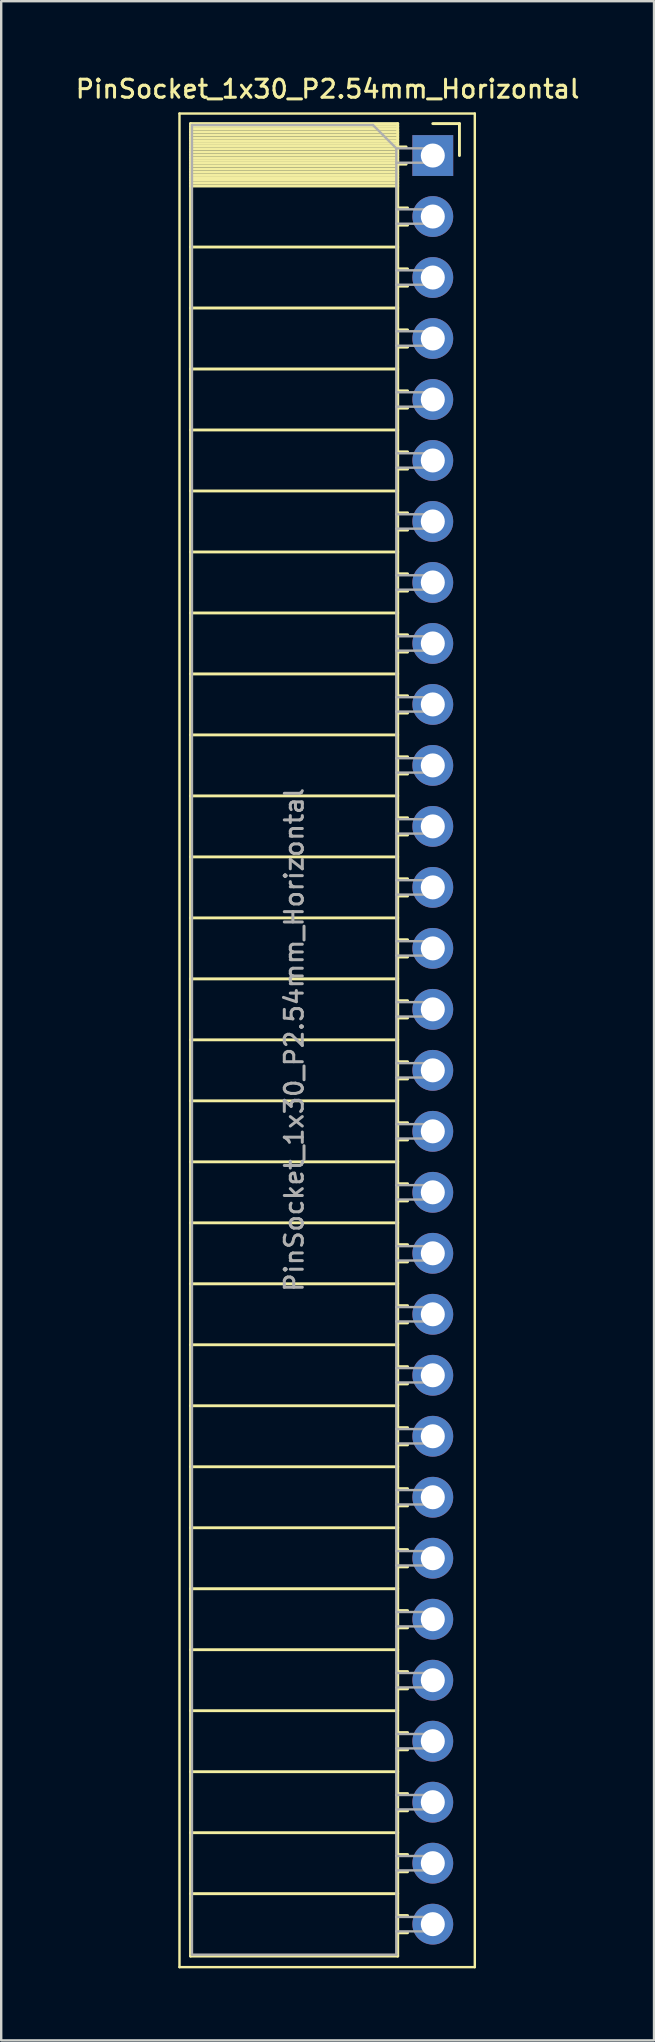
<source format=kicad_pcb>
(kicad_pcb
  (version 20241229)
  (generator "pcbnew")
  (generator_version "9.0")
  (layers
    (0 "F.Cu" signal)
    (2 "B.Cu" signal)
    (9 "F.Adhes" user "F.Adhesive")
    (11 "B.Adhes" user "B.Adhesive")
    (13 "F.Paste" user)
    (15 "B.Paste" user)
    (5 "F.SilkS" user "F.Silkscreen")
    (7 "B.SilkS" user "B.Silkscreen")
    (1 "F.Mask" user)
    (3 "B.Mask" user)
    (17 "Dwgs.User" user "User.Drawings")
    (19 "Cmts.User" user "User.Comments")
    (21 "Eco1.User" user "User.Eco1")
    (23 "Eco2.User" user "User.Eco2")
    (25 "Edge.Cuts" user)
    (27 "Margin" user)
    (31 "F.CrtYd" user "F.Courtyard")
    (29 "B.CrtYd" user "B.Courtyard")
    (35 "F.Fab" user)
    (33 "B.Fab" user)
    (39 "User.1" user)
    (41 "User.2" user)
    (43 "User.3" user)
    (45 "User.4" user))
  (footprint "PinSocket_1x30_P2.54mm_Horizontal"
    (layer "F.Cu")
    (at 14.975 3.428)
    (property "Reference" "PinSocket_1x30_P2.54mm_Horizontal" (at -4.38 -2.77 0) (layer "F.SilkS") (effects (font (size 0.75 0.75) (thickness 0.125))))
    (attr through_hole)
    (fp_line (start -10.55 -1.75) (end -10.55 75.45) (stroke (width 0.1) (type solid)) (layer "F.SilkS"))
    (fp_line (start -10.55 75.45) (end 1.75 75.45) (stroke (width 0.1) (type solid)) (layer "F.SilkS"))
    (fp_line (start -10.09 -1.33) (end -10.09 74.99) (stroke (width 0.12) (type solid)) (layer "F.SilkS"))
    (fp_line (start -10.09 -1.33) (end -1.46 -1.33) (stroke (width 0.12) (type solid)) (layer "F.SilkS"))
    (fp_line (start -10.09 -1.21) (end -1.46 -1.21) (stroke (width 0.12) (type solid)) (layer "F.SilkS"))
    (fp_line (start -10.09 -1.092) (end -1.46 -1.092) (stroke (width 0.12) (type solid)) (layer "F.SilkS"))
    (fp_line (start -10.09 -0.974) (end -1.46 -0.974) (stroke (width 0.12) (type solid)) (layer "F.SilkS"))
    (fp_line (start -10.09 -0.856) (end -1.46 -0.856) (stroke (width 0.12) (type solid)) (layer "F.SilkS"))
    (fp_line (start -10.09 -0.738) (end -1.46 -0.738) (stroke (width 0.12) (type solid)) (layer "F.SilkS"))
    (fp_line (start -10.09 -0.62) (end -1.46 -0.62) (stroke (width 0.12) (type solid)) (layer "F.SilkS"))
    (fp_line (start -10.09 -0.501) (end -1.46 -0.501) (stroke (width 0.12) (type solid)) (layer "F.SilkS"))
    (fp_line (start -10.09 -0.383) (end -1.46 -0.383) (stroke (width 0.12) (type solid)) (layer "F.SilkS"))
    (fp_line (start -10.09 -0.265) (end -1.46 -0.265) (stroke (width 0.12) (type solid)) (layer "F.SilkS"))
    (fp_line (start -10.09 -0.147) (end -1.46 -0.147) (stroke (width 0.12) (type solid)) (layer "F.SilkS"))
    (fp_line (start -10.09 -0.029) (end -1.46 -0.029) (stroke (width 0.12) (type solid)) (layer "F.SilkS"))
    (fp_line (start -10.09 0.089) (end -1.46 0.089) (stroke (width 0.12) (type solid)) (layer "F.SilkS"))
    (fp_line (start -10.09 0.207) (end -1.46 0.207) (stroke (width 0.12) (type solid)) (layer "F.SilkS"))
    (fp_line (start -10.09 0.325) (end -1.46 0.325) (stroke (width 0.12) (type solid)) (layer "F.SilkS"))
    (fp_line (start -10.09 0.443) (end -1.46 0.443) (stroke (width 0.12) (type solid)) (layer "F.SilkS"))
    (fp_line (start -10.09 0.561) (end -1.46 0.561) (stroke (width 0.12) (type solid)) (layer "F.SilkS"))
    (fp_line (start -10.09 0.68) (end -1.46 0.68) (stroke (width 0.12) (type solid)) (layer "F.SilkS"))
    (fp_line (start -10.09 0.798) (end -1.46 0.798) (stroke (width 0.12) (type solid)) (layer "F.SilkS"))
    (fp_line (start -10.09 0.916) (end -1.46 0.916) (stroke (width 0.12) (type solid)) (layer "F.SilkS"))
    (fp_line (start -10.09 1.034) (end -1.46 1.034) (stroke (width 0.12) (type solid)) (layer "F.SilkS"))
    (fp_line (start -10.09 1.152) (end -1.46 1.152) (stroke (width 0.12) (type solid)) (layer "F.SilkS"))
    (fp_line (start -10.09 1.27) (end -1.46 1.27) (stroke (width 0.12) (type solid)) (layer "F.SilkS"))
    (fp_line (start -10.09 3.81) (end -1.46 3.81) (stroke (width 0.12) (type solid)) (layer "F.SilkS"))
    (fp_line (start -10.09 6.35) (end -1.46 6.35) (stroke (width 0.12) (type solid)) (layer "F.SilkS"))
    (fp_line (start -10.09 8.89) (end -1.46 8.89) (stroke (width 0.12) (type solid)) (layer "F.SilkS"))
    (fp_line (start -10.09 11.43) (end -1.46 11.43) (stroke (width 0.12) (type solid)) (layer "F.SilkS"))
    (fp_line (start -10.09 13.97) (end -1.46 13.97) (stroke (width 0.12) (type solid)) (layer "F.SilkS"))
    (fp_line (start -10.09 16.51) (end -1.46 16.51) (stroke (width 0.12) (type solid)) (layer "F.SilkS"))
    (fp_line (start -10.09 19.05) (end -1.46 19.05) (stroke (width 0.12) (type solid)) (layer "F.SilkS"))
    (fp_line (start -10.09 21.59) (end -1.46 21.59) (stroke (width 0.12) (type solid)) (layer "F.SilkS"))
    (fp_line (start -10.09 24.13) (end -1.46 24.13) (stroke (width 0.12) (type solid)) (layer "F.SilkS"))
    (fp_line (start -10.09 26.67) (end -1.46 26.67) (stroke (width 0.12) (type solid)) (layer "F.SilkS"))
    (fp_line (start -10.09 29.21) (end -1.46 29.21) (stroke (width 0.12) (type solid)) (layer "F.SilkS"))
    (fp_line (start -10.09 31.75) (end -1.46 31.75) (stroke (width 0.12) (type solid)) (layer "F.SilkS"))
    (fp_line (start -10.09 34.29) (end -1.46 34.29) (stroke (width 0.12) (type solid)) (layer "F.SilkS"))
    (fp_line (start -10.09 36.83) (end -1.46 36.83) (stroke (width 0.12) (type solid)) (layer "F.SilkS"))
    (fp_line (start -10.09 39.37) (end -1.46 39.37) (stroke (width 0.12) (type solid)) (layer "F.SilkS"))
    (fp_line (start -10.09 41.91) (end -1.46 41.91) (stroke (width 0.12) (type solid)) (layer "F.SilkS"))
    (fp_line (start -10.09 44.45) (end -1.46 44.45) (stroke (width 0.12) (type solid)) (layer "F.SilkS"))
    (fp_line (start -10.09 46.99) (end -1.46 46.99) (stroke (width 0.12) (type solid)) (layer "F.SilkS"))
    (fp_line (start -10.09 49.53) (end -1.46 49.53) (stroke (width 0.12) (type solid)) (layer "F.SilkS"))
    (fp_line (start -10.09 52.07) (end -1.46 52.07) (stroke (width 0.12) (type solid)) (layer "F.SilkS"))
    (fp_line (start -10.09 54.61) (end -1.46 54.61) (stroke (width 0.12) (type solid)) (layer "F.SilkS"))
    (fp_line (start -10.09 57.15) (end -1.46 57.15) (stroke (width 0.12) (type solid)) (layer "F.SilkS"))
    (fp_line (start -10.09 59.69) (end -1.46 59.69) (stroke (width 0.12) (type solid)) (layer "F.SilkS"))
    (fp_line (start -10.09 62.23) (end -1.46 62.23) (stroke (width 0.12) (type solid)) (layer "F.SilkS"))
    (fp_line (start -10.09 64.77) (end -1.46 64.77) (stroke (width 0.12) (type solid)) (layer "F.SilkS"))
    (fp_line (start -10.09 67.31) (end -1.46 67.31) (stroke (width 0.12) (type solid)) (layer "F.SilkS"))
    (fp_line (start -10.09 69.85) (end -1.46 69.85) (stroke (width 0.12) (type solid)) (layer "F.SilkS"))
    (fp_line (start -10.09 72.39) (end -1.46 72.39) (stroke (width 0.12) (type solid)) (layer "F.SilkS"))
    (fp_line (start -10.09 74.99) (end -1.46 74.99) (stroke (width 0.12) (type solid)) (layer "F.SilkS"))
    (fp_line (start -1.46 -1.33) (end -1.46 74.99) (stroke (width 0.12) (type solid)) (layer "F.SilkS"))
    (fp_line (start -1.46 -0.36) (end -1.11 -0.36) (stroke (width 0.12) (type solid)) (layer "F.SilkS"))
    (fp_line (start -1.46 0.36) (end -1.11 0.36) (stroke (width 0.12) (type solid)) (layer "F.SilkS"))
    (fp_line (start -1.46 2.18) (end -1.05 2.18) (stroke (width 0.12) (type solid)) (layer "F.SilkS"))
    (fp_line (start -1.46 2.9) (end -1.05 2.9) (stroke (width 0.12) (type solid)) (layer "F.SilkS"))
    (fp_line (start -1.46 4.72) (end -1.05 4.72) (stroke (width 0.12) (type solid)) (layer "F.SilkS"))
    (fp_line (start -1.46 5.44) (end -1.05 5.44) (stroke (width 0.12) (type solid)) (layer "F.SilkS"))
    (fp_line (start -1.46 7.26) (end -1.05 7.26) (stroke (width 0.12) (type solid)) (layer "F.SilkS"))
    (fp_line (start -1.46 7.98) (end -1.05 7.98) (stroke (width 0.12) (type solid)) (layer "F.SilkS"))
    (fp_line (start -1.46 9.8) (end -1.05 9.8) (stroke (width 0.12) (type solid)) (layer "F.SilkS"))
    (fp_line (start -1.46 10.52) (end -1.05 10.52) (stroke (width 0.12) (type solid)) (layer "F.SilkS"))
    (fp_line (start -1.46 12.34) (end -1.05 12.34) (stroke (width 0.12) (type solid)) (layer "F.SilkS"))
    (fp_line (start -1.46 13.06) (end -1.05 13.06) (stroke (width 0.12) (type solid)) (layer "F.SilkS"))
    (fp_line (start -1.46 14.88) (end -1.05 14.88) (stroke (width 0.12) (type solid)) (layer "F.SilkS"))
    (fp_line (start -1.46 15.6) (end -1.05 15.6) (stroke (width 0.12) (type solid)) (layer "F.SilkS"))
    (fp_line (start -1.46 17.42) (end -1.05 17.42) (stroke (width 0.12) (type solid)) (layer "F.SilkS"))
    (fp_line (start -1.46 18.14) (end -1.05 18.14) (stroke (width 0.12) (type solid)) (layer "F.SilkS"))
    (fp_line (start -1.46 19.96) (end -1.05 19.96) (stroke (width 0.12) (type solid)) (layer "F.SilkS"))
    (fp_line (start -1.46 20.68) (end -1.05 20.68) (stroke (width 0.12) (type solid)) (layer "F.SilkS"))
    (fp_line (start -1.46 22.5) (end -1.05 22.5) (stroke (width 0.12) (type solid)) (layer "F.SilkS"))
    (fp_line (start -1.46 23.22) (end -1.05 23.22) (stroke (width 0.12) (type solid)) (layer "F.SilkS"))
    (fp_line (start -1.46 25.04) (end -1.05 25.04) (stroke (width 0.12) (type solid)) (layer "F.SilkS"))
    (fp_line (start -1.46 25.76) (end -1.05 25.76) (stroke (width 0.12) (type solid)) (layer "F.SilkS"))
    (fp_line (start -1.46 27.58) (end -1.05 27.58) (stroke (width 0.12) (type solid)) (layer "F.SilkS"))
    (fp_line (start -1.46 28.3) (end -1.05 28.3) (stroke (width 0.12) (type solid)) (layer "F.SilkS"))
    (fp_line (start -1.46 30.12) (end -1.05 30.12) (stroke (width 0.12) (type solid)) (layer "F.SilkS"))
    (fp_line (start -1.46 30.84) (end -1.05 30.84) (stroke (width 0.12) (type solid)) (layer "F.SilkS"))
    (fp_line (start -1.46 32.66) (end -1.05 32.66) (stroke (width 0.12) (type solid)) (layer "F.SilkS"))
    (fp_line (start -1.46 33.38) (end -1.05 33.38) (stroke (width 0.12) (type solid)) (layer "F.SilkS"))
    (fp_line (start -1.46 35.2) (end -1.05 35.2) (stroke (width 0.12) (type solid)) (layer "F.SilkS"))
    (fp_line (start -1.46 35.92) (end -1.05 35.92) (stroke (width 0.12) (type solid)) (layer "F.SilkS"))
    (fp_line (start -1.46 37.74) (end -1.05 37.74) (stroke (width 0.12) (type solid)) (layer "F.SilkS"))
    (fp_line (start -1.46 38.46) (end -1.05 38.46) (stroke (width 0.12) (type solid)) (layer "F.SilkS"))
    (fp_line (start -1.46 40.28) (end -1.05 40.28) (stroke (width 0.12) (type solid)) (layer "F.SilkS"))
    (fp_line (start -1.46 41) (end -1.05 41) (stroke (width 0.12) (type solid)) (layer "F.SilkS"))
    (fp_line (start -1.46 42.82) (end -1.05 42.82) (stroke (width 0.12) (type solid)) (layer "F.SilkS"))
    (fp_line (start -1.46 43.54) (end -1.05 43.54) (stroke (width 0.12) (type solid)) (layer "F.SilkS"))
    (fp_line (start -1.46 45.36) (end -1.05 45.36) (stroke (width 0.12) (type solid)) (layer "F.SilkS"))
    (fp_line (start -1.46 46.08) (end -1.05 46.08) (stroke (width 0.12) (type solid)) (layer "F.SilkS"))
    (fp_line (start -1.46 47.9) (end -1.05 47.9) (stroke (width 0.12) (type solid)) (layer "F.SilkS"))
    (fp_line (start -1.46 48.62) (end -1.05 48.62) (stroke (width 0.12) (type solid)) (layer "F.SilkS"))
    (fp_line (start -1.46 50.44) (end -1.05 50.44) (stroke (width 0.12) (type solid)) (layer "F.SilkS"))
    (fp_line (start -1.46 51.16) (end -1.05 51.16) (stroke (width 0.12) (type solid)) (layer "F.SilkS"))
    (fp_line (start -1.46 52.98) (end -1.05 52.98) (stroke (width 0.12) (type solid)) (layer "F.SilkS"))
    (fp_line (start -1.46 53.7) (end -1.05 53.7) (stroke (width 0.12) (type solid)) (layer "F.SilkS"))
    (fp_line (start -1.46 55.52) (end -1.05 55.52) (stroke (width 0.12) (type solid)) (layer "F.SilkS"))
    (fp_line (start -1.46 56.24) (end -1.05 56.24) (stroke (width 0.12) (type solid)) (layer "F.SilkS"))
    (fp_line (start -1.46 58.06) (end -1.05 58.06) (stroke (width 0.12) (type solid)) (layer "F.SilkS"))
    (fp_line (start -1.46 58.78) (end -1.05 58.78) (stroke (width 0.12) (type solid)) (layer "F.SilkS"))
    (fp_line (start -1.46 60.6) (end -1.05 60.6) (stroke (width 0.12) (type solid)) (layer "F.SilkS"))
    (fp_line (start -1.46 61.32) (end -1.05 61.32) (stroke (width 0.12) (type solid)) (layer "F.SilkS"))
    (fp_line (start -1.46 63.14) (end -1.05 63.14) (stroke (width 0.12) (type solid)) (layer "F.SilkS"))
    (fp_line (start -1.46 63.86) (end -1.05 63.86) (stroke (width 0.12) (type solid)) (layer "F.SilkS"))
    (fp_line (start -1.46 65.68) (end -1.05 65.68) (stroke (width 0.12) (type solid)) (layer "F.SilkS"))
    (fp_line (start -1.46 66.4) (end -1.05 66.4) (stroke (width 0.12) (type solid)) (layer "F.SilkS"))
    (fp_line (start -1.46 68.22) (end -1.05 68.22) (stroke (width 0.12) (type solid)) (layer "F.SilkS"))
    (fp_line (start -1.46 68.94) (end -1.05 68.94) (stroke (width 0.12) (type solid)) (layer "F.SilkS"))
    (fp_line (start -1.46 70.76) (end -1.05 70.76) (stroke (width 0.12) (type solid)) (layer "F.SilkS"))
    (fp_line (start -1.46 71.48) (end -1.05 71.48) (stroke (width 0.12) (type solid)) (layer "F.SilkS"))
    (fp_line (start -1.46 73.3) (end -1.05 73.3) (stroke (width 0.12) (type solid)) (layer "F.SilkS"))
    (fp_line (start -1.46 74.02) (end -1.05 74.02) (stroke (width 0.12) (type solid)) (layer "F.SilkS"))
    (fp_line (start 0 -1.33) (end 1.11 -1.33) (stroke (width 0.12) (type solid)) (layer "F.SilkS"))
    (fp_line (start 1.11 -1.33) (end 1.11 0) (stroke (width 0.12) (type solid)) (layer "F.SilkS"))
    (fp_line (start 1.75 -1.75) (end -10.55 -1.75) (stroke (width 0.1) (type solid)) (layer "F.SilkS"))
    (fp_line (start 1.75 75.45) (end 1.75 -1.75) (stroke (width 0.1) (type solid)) (layer "F.SilkS"))
    (fp_line (start -10.03 -1.27) (end -2.49 -1.27) (stroke (width 0.1) (type solid)) (layer "F.Fab"))
    (fp_line (start -10.03 74.93) (end -10.03 -1.27) (stroke (width 0.1) (type solid)) (layer "F.Fab"))
    (fp_line (start -2.49 -1.27) (end -1.52 -0.3) (stroke (width 0.1) (type solid)) (layer "F.Fab"))
    (fp_line (start -1.52 -0.3) (end -1.52 74.93) (stroke (width 0.1) (type solid)) (layer "F.Fab"))
    (fp_line (start -1.52 0.3) (end 0 0.3) (stroke (width 0.1) (type solid)) (layer "F.Fab"))
    (fp_line (start -1.52 2.84) (end 0 2.84) (stroke (width 0.1) (type solid)) (layer "F.Fab"))
    (fp_line (start -1.52 5.38) (end 0 5.38) (stroke (width 0.1) (type solid)) (layer "F.Fab"))
    (fp_line (start -1.52 7.92) (end 0 7.92) (stroke (width 0.1) (type solid)) (layer "F.Fab"))
    (fp_line (start -1.52 10.46) (end 0 10.46) (stroke (width 0.1) (type solid)) (layer "F.Fab"))
    (fp_line (start -1.52 13) (end 0 13) (stroke (width 0.1) (type solid)) (layer "F.Fab"))
    (fp_line (start -1.52 15.54) (end 0 15.54) (stroke (width 0.1) (type solid)) (layer "F.Fab"))
    (fp_line (start -1.52 18.08) (end 0 18.08) (stroke (width 0.1) (type solid)) (layer "F.Fab"))
    (fp_line (start -1.52 20.62) (end 0 20.62) (stroke (width 0.1) (type solid)) (layer "F.Fab"))
    (fp_line (start -1.52 23.16) (end 0 23.16) (stroke (width 0.1) (type solid)) (layer "F.Fab"))
    (fp_line (start -1.52 25.7) (end 0 25.7) (stroke (width 0.1) (type solid)) (layer "F.Fab"))
    (fp_line (start -1.52 28.24) (end 0 28.24) (stroke (width 0.1) (type solid)) (layer "F.Fab"))
    (fp_line (start -1.52 30.78) (end 0 30.78) (stroke (width 0.1) (type solid)) (layer "F.Fab"))
    (fp_line (start -1.52 33.32) (end 0 33.32) (stroke (width 0.1) (type solid)) (layer "F.Fab"))
    (fp_line (start -1.52 35.86) (end 0 35.86) (stroke (width 0.1) (type solid)) (layer "F.Fab"))
    (fp_line (start -1.52 38.4) (end 0 38.4) (stroke (width 0.1) (type solid)) (layer "F.Fab"))
    (fp_line (start -1.52 40.94) (end 0 40.94) (stroke (width 0.1) (type solid)) (layer "F.Fab"))
    (fp_line (start -1.52 43.48) (end 0 43.48) (stroke (width 0.1) (type solid)) (layer "F.Fab"))
    (fp_line (start -1.52 46.02) (end 0 46.02) (stroke (width 0.1) (type solid)) (layer "F.Fab"))
    (fp_line (start -1.52 48.56) (end 0 48.56) (stroke (width 0.1) (type solid)) (layer "F.Fab"))
    (fp_line (start -1.52 51.1) (end 0 51.1) (stroke (width 0.1) (type solid)) (layer "F.Fab"))
    (fp_line (start -1.52 53.64) (end 0 53.64) (stroke (width 0.1) (type solid)) (layer "F.Fab"))
    (fp_line (start -1.52 56.18) (end 0 56.18) (stroke (width 0.1) (type solid)) (layer "F.Fab"))
    (fp_line (start -1.52 58.72) (end 0 58.72) (stroke (width 0.1) (type solid)) (layer "F.Fab"))
    (fp_line (start -1.52 61.26) (end 0 61.26) (stroke (width 0.1) (type solid)) (layer "F.Fab"))
    (fp_line (start -1.52 63.8) (end 0 63.8) (stroke (width 0.1) (type solid)) (layer "F.Fab"))
    (fp_line (start -1.52 66.34) (end 0 66.34) (stroke (width 0.1) (type solid)) (layer "F.Fab"))
    (fp_line (start -1.52 68.88) (end 0 68.88) (stroke (width 0.1) (type solid)) (layer "F.Fab"))
    (fp_line (start -1.52 71.42) (end 0 71.42) (stroke (width 0.1) (type solid)) (layer "F.Fab"))
    (fp_line (start -1.52 73.96) (end 0 73.96) (stroke (width 0.1) (type solid)) (layer "F.Fab"))
    (fp_line (start -1.52 74.93) (end -10.03 74.93) (stroke (width 0.1) (type solid)) (layer "F.Fab"))
    (fp_line (start 0 -0.3) (end -1.52 -0.3) (stroke (width 0.1) (type solid)) (layer "F.Fab"))
    (fp_line (start 0 0.3) (end 0 -0.3) (stroke (width 0.1) (type solid)) (layer "F.Fab"))
    (fp_line (start 0 2.24) (end -1.52 2.24) (stroke (width 0.1) (type solid)) (layer "F.Fab"))
    (fp_line (start 0 2.84) (end 0 2.24) (stroke (width 0.1) (type solid)) (layer "F.Fab"))
    (fp_line (start 0 4.78) (end -1.52 4.78) (stroke (width 0.1) (type solid)) (layer "F.Fab"))
    (fp_line (start 0 5.38) (end 0 4.78) (stroke (width 0.1) (type solid)) (layer "F.Fab"))
    (fp_line (start 0 7.32) (end -1.52 7.32) (stroke (width 0.1) (type solid)) (layer "F.Fab"))
    (fp_line (start 0 7.92) (end 0 7.32) (stroke (width 0.1) (type solid)) (layer "F.Fab"))
    (fp_line (start 0 9.86) (end -1.52 9.86) (stroke (width 0.1) (type solid)) (layer "F.Fab"))
    (fp_line (start 0 10.46) (end 0 9.86) (stroke (width 0.1) (type solid)) (layer "F.Fab"))
    (fp_line (start 0 12.4) (end -1.52 12.4) (stroke (width 0.1) (type solid)) (layer "F.Fab"))
    (fp_line (start 0 13) (end 0 12.4) (stroke (width 0.1) (type solid)) (layer "F.Fab"))
    (fp_line (start 0 14.94) (end -1.52 14.94) (stroke (width 0.1) (type solid)) (layer "F.Fab"))
    (fp_line (start 0 15.54) (end 0 14.94) (stroke (width 0.1) (type solid)) (layer "F.Fab"))
    (fp_line (start 0 17.48) (end -1.52 17.48) (stroke (width 0.1) (type solid)) (layer "F.Fab"))
    (fp_line (start 0 18.08) (end 0 17.48) (stroke (width 0.1) (type solid)) (layer "F.Fab"))
    (fp_line (start 0 20.02) (end -1.52 20.02) (stroke (width 0.1) (type solid)) (layer "F.Fab"))
    (fp_line (start 0 20.62) (end 0 20.02) (stroke (width 0.1) (type solid)) (layer "F.Fab"))
    (fp_line (start 0 22.56) (end -1.52 22.56) (stroke (width 0.1) (type solid)) (layer "F.Fab"))
    (fp_line (start 0 23.16) (end 0 22.56) (stroke (width 0.1) (type solid)) (layer "F.Fab"))
    (fp_line (start 0 25.1) (end -1.52 25.1) (stroke (width 0.1) (type solid)) (layer "F.Fab"))
    (fp_line (start 0 25.7) (end 0 25.1) (stroke (width 0.1) (type solid)) (layer "F.Fab"))
    (fp_line (start 0 27.64) (end -1.52 27.64) (stroke (width 0.1) (type solid)) (layer "F.Fab"))
    (fp_line (start 0 28.24) (end 0 27.64) (stroke (width 0.1) (type solid)) (layer "F.Fab"))
    (fp_line (start 0 30.18) (end -1.52 30.18) (stroke (width 0.1) (type solid)) (layer "F.Fab"))
    (fp_line (start 0 30.78) (end 0 30.18) (stroke (width 0.1) (type solid)) (layer "F.Fab"))
    (fp_line (start 0 32.72) (end -1.52 32.72) (stroke (width 0.1) (type solid)) (layer "F.Fab"))
    (fp_line (start 0 33.32) (end 0 32.72) (stroke (width 0.1) (type solid)) (layer "F.Fab"))
    (fp_line (start 0 35.26) (end -1.52 35.26) (stroke (width 0.1) (type solid)) (layer "F.Fab"))
    (fp_line (start 0 35.86) (end 0 35.26) (stroke (width 0.1) (type solid)) (layer "F.Fab"))
    (fp_line (start 0 37.8) (end -1.52 37.8) (stroke (width 0.1) (type solid)) (layer "F.Fab"))
    (fp_line (start 0 38.4) (end 0 37.8) (stroke (width 0.1) (type solid)) (layer "F.Fab"))
    (fp_line (start 0 40.34) (end -1.52 40.34) (stroke (width 0.1) (type solid)) (layer "F.Fab"))
    (fp_line (start 0 40.94) (end 0 40.34) (stroke (width 0.1) (type solid)) (layer "F.Fab"))
    (fp_line (start 0 42.88) (end -1.52 42.88) (stroke (width 0.1) (type solid)) (layer "F.Fab"))
    (fp_line (start 0 43.48) (end 0 42.88) (stroke (width 0.1) (type solid)) (layer "F.Fab"))
    (fp_line (start 0 45.42) (end -1.52 45.42) (stroke (width 0.1) (type solid)) (layer "F.Fab"))
    (fp_line (start 0 46.02) (end 0 45.42) (stroke (width 0.1) (type solid)) (layer "F.Fab"))
    (fp_line (start 0 47.96) (end -1.52 47.96) (stroke (width 0.1) (type solid)) (layer "F.Fab"))
    (fp_line (start 0 48.56) (end 0 47.96) (stroke (width 0.1) (type solid)) (layer "F.Fab"))
    (fp_line (start 0 50.5) (end -1.52 50.5) (stroke (width 0.1) (type solid)) (layer "F.Fab"))
    (fp_line (start 0 51.1) (end 0 50.5) (stroke (width 0.1) (type solid)) (layer "F.Fab"))
    (fp_line (start 0 53.04) (end -1.52 53.04) (stroke (width 0.1) (type solid)) (layer "F.Fab"))
    (fp_line (start 0 53.64) (end 0 53.04) (stroke (width 0.1) (type solid)) (layer "F.Fab"))
    (fp_line (start 0 55.58) (end -1.52 55.58) (stroke (width 0.1) (type solid)) (layer "F.Fab"))
    (fp_line (start 0 56.18) (end 0 55.58) (stroke (width 0.1) (type solid)) (layer "F.Fab"))
    (fp_line (start 0 58.12) (end -1.52 58.12) (stroke (width 0.1) (type solid)) (layer "F.Fab"))
    (fp_line (start 0 58.72) (end 0 58.12) (stroke (width 0.1) (type solid)) (layer "F.Fab"))
    (fp_line (start 0 60.66) (end -1.52 60.66) (stroke (width 0.1) (type solid)) (layer "F.Fab"))
    (fp_line (start 0 61.26) (end 0 60.66) (stroke (width 0.1) (type solid)) (layer "F.Fab"))
    (fp_line (start 0 63.2) (end -1.52 63.2) (stroke (width 0.1) (type solid)) (layer "F.Fab"))
    (fp_line (start 0 63.8) (end 0 63.2) (stroke (width 0.1) (type solid)) (layer "F.Fab"))
    (fp_line (start 0 65.74) (end -1.52 65.74) (stroke (width 0.1) (type solid)) (layer "F.Fab"))
    (fp_line (start 0 66.34) (end 0 65.74) (stroke (width 0.1) (type solid)) (layer "F.Fab"))
    (fp_line (start 0 68.28) (end -1.52 68.28) (stroke (width 0.1) (type solid)) (layer "F.Fab"))
    (fp_line (start 0 68.88) (end 0 68.28) (stroke (width 0.1) (type solid)) (layer "F.Fab"))
    (fp_line (start 0 70.82) (end -1.52 70.82) (stroke (width 0.1) (type solid)) (layer "F.Fab"))
    (fp_line (start 0 71.42) (end 0 70.82) (stroke (width 0.1) (type solid)) (layer "F.Fab"))
    (fp_line (start 0 73.36) (end -1.52 73.36) (stroke (width 0.1) (type solid)) (layer "F.Fab"))
    (fp_line (start 0 73.96) (end 0 73.36) (stroke (width 0.1) (type solid)) (layer "F.Fab"))
    (fp_text user "${REFERENCE}" (at -5.775 36.83 90) (layer "F.Fab") (effects (font (size 0.75 0.75) (thickness 0.125))))
    (pad "1" thru_hole rect (at 0 0) (size 1.7 1.7) (drill 1) (layers "*.Cu" "*.Mask"))
    (pad "2" thru_hole oval (at 0 2.54) (size 1.7 1.7) (drill 1) (layers "*.Cu" "*.Mask"))
    (pad "3" thru_hole oval (at 0 5.08) (size 1.7 1.7) (drill 1) (layers "*.Cu" "*.Mask"))
    (pad "4" thru_hole oval (at 0 7.62) (size 1.7 1.7) (drill 1) (layers "*.Cu" "*.Mask"))
    (pad "5" thru_hole oval (at 0 10.16) (size 1.7 1.7) (drill 1) (layers "*.Cu" "*.Mask"))
    (pad "6" thru_hole oval (at 0 12.7) (size 1.7 1.7) (drill 1) (layers "*.Cu" "*.Mask"))
    (pad "7" thru_hole oval (at 0 15.24) (size 1.7 1.7) (drill 1) (layers "*.Cu" "*.Mask"))
    (pad "8" thru_hole oval (at 0 17.78) (size 1.7 1.7) (drill 1) (layers "*.Cu" "*.Mask"))
    (pad "9" thru_hole oval (at 0 20.32) (size 1.7 1.7) (drill 1) (layers "*.Cu" "*.Mask"))
    (pad "10" thru_hole oval (at 0 22.86) (size 1.7 1.7) (drill 1) (layers "*.Cu" "*.Mask"))
    (pad "11" thru_hole oval (at 0 25.4) (size 1.7 1.7) (drill 1) (layers "*.Cu" "*.Mask"))
    (pad "12" thru_hole oval (at 0 27.94) (size 1.7 1.7) (drill 1) (layers "*.Cu" "*.Mask"))
    (pad "13" thru_hole oval (at 0 30.48) (size 1.7 1.7) (drill 1) (layers "*.Cu" "*.Mask"))
    (pad "14" thru_hole oval (at 0 33.02) (size 1.7 1.7) (drill 1) (layers "*.Cu" "*.Mask"))
    (pad "15" thru_hole oval (at 0 35.56) (size 1.7 1.7) (drill 1) (layers "*.Cu" "*.Mask"))
    (pad "16" thru_hole oval (at 0 38.1) (size 1.7 1.7) (drill 1) (layers "*.Cu" "*.Mask"))
    (pad "17" thru_hole oval (at 0 40.64) (size 1.7 1.7) (drill 1) (layers "*.Cu" "*.Mask"))
    (pad "18" thru_hole oval (at 0 43.18) (size 1.7 1.7) (drill 1) (layers "*.Cu" "*.Mask"))
    (pad "19" thru_hole oval (at 0 45.72) (size 1.7 1.7) (drill 1) (layers "*.Cu" "*.Mask"))
    (pad "20" thru_hole oval (at 0 48.26) (size 1.7 1.7) (drill 1) (layers "*.Cu" "*.Mask"))
    (pad "21" thru_hole oval (at 0 50.8) (size 1.7 1.7) (drill 1) (layers "*.Cu" "*.Mask"))
    (pad "22" thru_hole oval (at 0 53.34) (size 1.7 1.7) (drill 1) (layers "*.Cu" "*.Mask"))
    (pad "23" thru_hole oval (at 0 55.88) (size 1.7 1.7) (drill 1) (layers "*.Cu" "*.Mask"))
    (pad "24" thru_hole oval (at 0 58.42) (size 1.7 1.7) (drill 1) (layers "*.Cu" "*.Mask"))
    (pad "25" thru_hole oval (at 0 60.96) (size 1.7 1.7) (drill 1) (layers "*.Cu" "*.Mask"))
    (pad "26" thru_hole oval (at 0 63.5) (size 1.7 1.7) (drill 1) (layers "*.Cu" "*.Mask"))
    (pad "27" thru_hole oval (at 0 66.04) (size 1.7 1.7) (drill 1) (layers "*.Cu" "*.Mask"))
    (pad "28" thru_hole oval (at 0 68.58) (size 1.7 1.7) (drill 1) (layers "*.Cu" "*.Mask"))
    (pad "29" thru_hole oval (at 0 71.12) (size 1.7 1.7) (drill 1) (layers "*.Cu" "*.Mask"))
    (pad "30" thru_hole oval (at 0 73.66) (size 1.7 1.7) (drill 1) (layers "*.Cu" "*.Mask")))
  (gr_rect
    (start -3 -3)
    (end 24.189 81.928)
    (stroke (width 0.1) (type default))
    (fill no)
    (layer "Edge.Cuts")))
</source>
